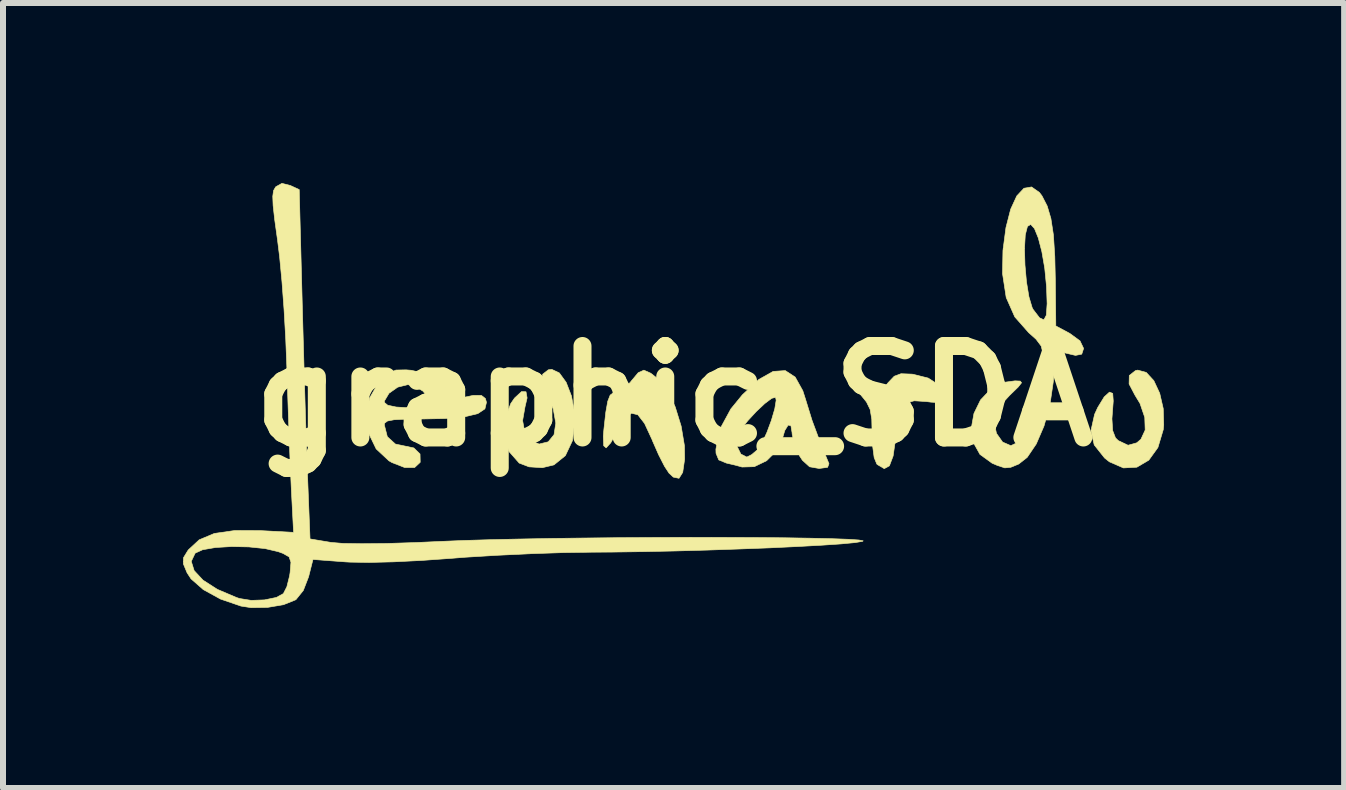
<source format=kicad_pcb>
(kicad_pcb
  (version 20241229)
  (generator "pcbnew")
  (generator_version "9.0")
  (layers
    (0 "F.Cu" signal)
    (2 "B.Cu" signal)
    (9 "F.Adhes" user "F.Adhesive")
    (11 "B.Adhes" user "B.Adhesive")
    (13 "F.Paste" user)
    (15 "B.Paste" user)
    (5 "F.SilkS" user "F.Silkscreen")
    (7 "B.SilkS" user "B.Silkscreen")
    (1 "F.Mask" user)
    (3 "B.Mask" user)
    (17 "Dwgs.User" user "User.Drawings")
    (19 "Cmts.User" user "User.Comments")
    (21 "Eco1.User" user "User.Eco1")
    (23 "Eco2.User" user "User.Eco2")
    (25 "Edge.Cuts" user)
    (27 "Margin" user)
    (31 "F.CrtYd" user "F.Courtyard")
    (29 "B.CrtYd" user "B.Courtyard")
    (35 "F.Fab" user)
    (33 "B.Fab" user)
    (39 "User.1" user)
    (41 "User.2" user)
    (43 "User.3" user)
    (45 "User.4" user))
  (footprint "graphic_SDA"
    (layer "F.Cu")
    (at 8.18 3.55)
    (property "Reference" "graphic_SDA" (at 0 0 0) (layer "F.SilkS") (effects (font (size 1.524 1.524) (thickness 0.3))))
    (attr through_hole)
    (fp_poly (pts (xy -1.91 -0.386) (xy -1.796 -0.229) (xy -1.708 -0.002) (xy -1.658 0.265) (xy -1.651 0.401) (xy -1.691 0.742) (xy -1.809 0.992) (xy -1.999 1.146) (xy -2.193 1.193) (xy -2.414 1.179) (xy -2.579 1.116) (xy -2.748 0.924) (xy -2.83 0.672) (xy -2.822 0.395) (xy -2.72 0.126) (xy -2.657 0.034) (xy -2.54 -0.075) (xy -2.465 -0.072) (xy -2.447 0.031) (xy -2.482 0.18) (xy -2.522 0.408) (xy -2.485 0.603) (xy -2.388 0.742) (xy -2.247 0.799) (xy -2.095 0.762) (xy -1.998 0.643) (xy -1.969 0.45) (xy -2.011 0.215) (xy -2.104 -0.002) (xy -2.192 -0.214) (xy -2.188 -0.364) (xy -2.093 -0.438) (xy -2.035 -0.445) (xy -1.91 -0.386)) (stroke (width 0.01) (type solid)) (fill yes) (layer "F.SilkS"))
    (fp_poly (pts (xy -0.386 -0.381) (xy -0.259 -0.28) (xy -0.11 -0.093) (xy 0.021 0.18) (xy 0.12 0.501) (xy 0.175 0.829) (xy 0.178 1.051) (xy 0.146 1.271) (xy 0.084 1.37) (xy -0.011 1.35) (xy -0.082 1.284) (xy -0.157 1.17) (xy -0.256 0.976) (xy -0.358 0.744) (xy -0.364 0.727) (xy -0.489 0.457) (xy -0.602 0.311) (xy -0.71 0.285) (xy -0.822 0.378) (xy -0.938 0.572) (xy -1.053 0.778) (xy -1.13 0.863) (xy -1.171 0.827) (xy -1.177 0.67) (xy -1.168 0.56) (xy -1.136 0.271) (xy -1.103 0.086) (xy -1.063 -0.016) (xy -1.007 -0.058) (xy -0.963 -0.064) (xy -0.853 -0.111) (xy -0.728 -0.229) (xy -0.709 -0.254) (xy -0.595 -0.39) (xy -0.501 -0.432) (xy -0.386 -0.381)) (stroke (width 0.01) (type solid)) (fill yes) (layer "F.SilkS"))
    (fp_poly (pts (xy 7.87 -0.394) (xy 7.996 -0.257) (xy 8.094 -0.047) (xy 8.153 0.209) (xy 8.161 0.482) (xy 8.153 0.56) (xy 8.064 0.857) (xy 7.912 1.068) (xy 7.713 1.185) (xy 7.489 1.197) (xy 7.257 1.096) (xy 7.176 1.032) (xy 7.003 0.814) (xy 6.948 0.577) (xy 7.009 0.304) (xy 7.061 0.191) (xy 7.169 0.014) (xy 7.257 -0.066) (xy 7.311 -0.045) (xy 7.32 0.082) (xy 7.298 0.378) (xy 7.31 0.574) (xy 7.357 0.696) (xy 7.404 0.742) (xy 7.567 0.819) (xy 7.711 0.779) (xy 7.781 0.719) (xy 7.852 0.566) (xy 7.845 0.355) (xy 7.766 0.123) (xy 7.681 -0.017) (xy 7.584 -0.202) (xy 7.587 -0.343) (xy 7.689 -0.424) (xy 7.728 -0.433) (xy 7.87 -0.394)) (stroke (width 0.01) (type solid)) (fill yes) (layer "F.SilkS"))
    (fp_poly (pts (xy 3.961 -0.366) (xy 3.982 -0.364) (xy 4.237 -0.3) (xy 4.419 -0.182) (xy 4.505 -0.028) (xy 4.508 0.012) (xy 4.494 0.082) (xy 4.43 0.109) (xy 4.284 0.101) (xy 4.204 0.091) (xy 4.003 0.078) (xy 3.867 0.117) (xy 3.78 0.225) (xy 3.727 0.423) (xy 3.693 0.712) (xy 3.652 0.998) (xy 3.59 1.162) (xy 3.504 1.209) (xy 3.391 1.142) (xy 3.38 1.132) (xy 3.336 1.024) (xy 3.309 0.821) (xy 3.302 0.625) (xy 3.296 0.383) (xy 3.269 0.223) (xy 3.208 0.098) (xy 3.111 -0.022) (xy 2.997 -0.16) (xy 2.929 -0.257) (xy 2.921 -0.278) (xy 2.966 -0.319) (xy 3.079 -0.294) (xy 3.225 -0.213) (xy 3.264 -0.184) (xy 3.433 -0.051) (xy 3.568 -0.223) (xy 3.671 -0.331) (xy 3.784 -0.373) (xy 3.961 -0.366)) (stroke (width 0.01) (type solid)) (fill yes) (layer "F.SilkS"))
    (fp_poly (pts (xy 2.02 -0.317) (xy 2.147 -0.089) (xy 2.19 0.045) (xy 2.301 0.405) (xy 2.453 0.813) (xy 2.583 1.127) (xy 2.56 1.187) (xy 2.42 1.206) (xy 2.419 1.206) (xy 2.26 1.178) (xy 2.141 1.07) (xy 2.095 1) (xy 2.009 0.813) (xy 1.969 0.631) (xy 1.969 0.615) (xy 1.949 0.494) (xy 1.903 0.483) (xy 1.847 0.573) (xy 1.81 0.698) (xy 1.713 0.909) (xy 1.544 1.077) (xy 1.339 1.176) (xy 1.134 1.182) (xy 1.111 1.175) (xy 1.006 1.147) (xy 0.873 1.116) (xy 0.746 1.063) (xy 0.701 0.953) (xy 0.699 0.886) (xy 0.708 0.836) (xy 1.051 0.836) (xy 1.115 0.966) (xy 1.214 1.016) (xy 1.296 0.975) (xy 1.394 0.891) (xy 1.468 0.781) (xy 1.549 0.605) (xy 1.624 0.403) (xy 1.68 0.212) (xy 1.703 0.07) (xy 1.693 0.021) (xy 1.629 0.037) (xy 1.512 0.125) (xy 1.369 0.26) (xy 1.228 0.413) (xy 1.113 0.559) (xy 1.053 0.67) (xy 1.051 0.675) (xy 1.051 0.836) (xy 0.708 0.836) (xy 0.761 0.558) (xy 0.948 0.214) (xy 1.14 -0.021) (xy 1.414 -0.277) (xy 1.652 -0.411) (xy 1.855 -0.425) (xy 2.02 -0.317)) (stroke (width 0.01) (type solid)) (fill yes) (layer "F.SilkS"))
    (fp_poly (pts (xy -4.377 -0.43) (xy -4.128 -0.373) (xy -3.919 -0.266) (xy -3.783 -0.129) (xy -3.747 -0.013) (xy -3.712 0.047) (xy -3.593 0.041) (xy -3.572 0.036) (xy -3.343 -0.012) (xy -3.208 -0.011) (xy -3.142 0.04) (xy -3.124 0.104) (xy -3.15 0.213) (xy -3.268 0.292) (xy -3.487 0.345) (xy -3.816 0.374) (xy -4.169 0.381) (xy -4.469 0.384) (xy -4.663 0.394) (xy -4.773 0.415) (xy -4.82 0.45) (xy -4.826 0.48) (xy -4.776 0.677) (xy -4.642 0.799) (xy -4.514 0.826) (xy -4.334 0.864) (xy -4.231 0.965) (xy -4.228 1.103) (xy -4.228 1.103) (xy -4.321 1.19) (xy -4.485 1.191) (xy -4.698 1.108) (xy -4.75 1.078) (xy -4.962 0.88) (xy -5.088 0.619) (xy -5.126 0.325) (xy -5.086 0.105) (xy -4.826 0.105) (xy -4.77 0.152) (xy -4.631 0.182) (xy -4.451 0.193) (xy -4.272 0.184) (xy -4.137 0.154) (xy -4.093 0.123) (xy -4.096 0.025) (xy -4.182 -0.082) (xy -4.315 -0.164) (xy -4.434 -0.191) (xy -4.603 -0.149) (xy -4.748 -0.047) (xy -4.823 0.079) (xy -4.826 0.105) (xy -5.086 0.105) (xy -5.072 0.033) (xy -4.924 -0.226) (xy -4.881 -0.272) (xy -4.753 -0.385) (xy -4.632 -0.434) (xy -4.464 -0.437) (xy -4.377 -0.43)) (stroke (width 0.01) (type solid)) (fill yes) (layer "F.SilkS"))
    (fp_poly (pts (xy 6.09 -3.393) (xy 6.133 -3.335) (xy 6.219 -3.168) (xy 6.281 -2.959) (xy 6.323 -2.684) (xy 6.346 -2.323) (xy 6.355 -1.934) (xy 6.363 -1.169) (xy 6.595 -1.045) (xy 6.766 -0.92) (xy 6.826 -0.794) (xy 6.795 -0.699) (xy 6.691 -0.678) (xy 6.5 -0.723) (xy 6.433 -0.737) (xy 6.389 -0.71) (xy 6.361 -0.62) (xy 6.339 -0.444) (xy 6.321 -0.24) (xy 6.265 0.141) (xy 6.167 0.496) (xy 6.037 0.798) (xy 5.886 1.021) (xy 5.745 1.132) (xy 5.611 1.187) (xy 5.512 1.196) (xy 5.387 1.155) (xy 5.301 1.118) (xy 5.099 0.972) (xy 4.986 0.769) (xy 4.955 0.532) (xy 4.999 0.289) (xy 5.109 0.064) (xy 5.281 -0.118) (xy 5.505 -0.23) (xy 5.683 -0.254) (xy 5.771 -0.25) (xy 5.792 -0.222) (xy 5.735 -0.15) (xy 5.594 -0.013) (xy 5.591 -0.01) (xy 5.423 0.174) (xy 5.346 0.331) (xy 5.334 0.43) (xy 5.374 0.621) (xy 5.476 0.766) (xy 5.611 0.825) (xy 5.614 0.826) (xy 5.739 0.767) (xy 5.865 0.608) (xy 5.98 0.374) (xy 6.075 0.093) (xy 6.139 -0.209) (xy 6.16 -0.484) (xy 6.153 -0.697) (xy 6.119 -0.834) (xy 6.034 -0.947) (xy 5.91 -1.058) (xy 5.679 -1.32) (xy 5.536 -1.643) (xy 5.475 -2.041) (xy 5.482 -2.426) (xy 5.486 -2.457) (xy 5.841 -2.457) (xy 5.849 -2.183) (xy 5.874 -1.903) (xy 5.915 -1.654) (xy 5.968 -1.476) (xy 5.986 -1.442) (xy 6.092 -1.304) (xy 6.164 -1.271) (xy 6.205 -1.348) (xy 6.218 -1.54) (xy 6.208 -1.826) (xy 6.178 -2.132) (xy 6.13 -2.408) (xy 6.071 -2.635) (xy 6.007 -2.792) (xy 5.944 -2.861) (xy 5.89 -2.827) (xy 5.854 -2.685) (xy 5.841 -2.457) (xy 5.486 -2.457) (xy 5.532 -2.808) (xy 5.611 -3.115) (xy 5.713 -3.336) (xy 5.832 -3.463) (xy 5.959 -3.485) (xy 6.09 -3.393)) (stroke (width 0.01) (type solid)) (fill yes) (layer "F.SilkS"))
    (fp_poly (pts (xy -6.396 -3.51) (xy -6.394 -3.51) (xy -6.244 -3.441) (xy -6.194 -1.546) (xy -6.179 -1.003) (xy -6.163 -0.444) (xy -6.147 0.102) (xy -6.131 0.607) (xy -6.116 1.041) (xy -6.104 1.365) (xy -6.064 2.38) (xy -5.715 2.438) (xy -5.516 2.455) (xy -5.204 2.46) (xy -4.792 2.456) (xy -4.293 2.44) (xy -3.873 2.421) (xy -3.507 2.406) (xy -3.072 2.393) (xy -2.581 2.382) (xy -2.047 2.372) (xy -1.482 2.365) (xy -0.899 2.359) (xy -0.31 2.356) (xy 0.271 2.354) (xy 0.832 2.355) (xy 1.362 2.357) (xy 1.846 2.361) (xy 2.273 2.368) (xy 2.629 2.376) (xy 2.903 2.386) (xy 3.082 2.398) (xy 3.153 2.412) (xy 3.143 2.42) (xy 3.02 2.441) (xy 2.786 2.463) (xy 2.459 2.485) (xy 2.055 2.507) (xy 1.592 2.529) (xy 1.087 2.548) (xy 0.556 2.566) (xy 0.015 2.581) (xy -0.517 2.592) (xy -1.024 2.599) (xy -1.366 2.601) (xy -1.838 2.608) (xy -2.384 2.626) (xy -2.947 2.653) (xy -3.476 2.685) (xy -3.715 2.704) (xy -4.209 2.739) (xy -4.673 2.762) (xy -5.078 2.772) (xy -5.395 2.767) (xy -5.468 2.763) (xy -6.015 2.722) (xy -6.088 3.011) (xy -6.176 3.239) (xy -6.296 3.388) (xy -6.307 3.396) (xy -6.506 3.476) (xy -6.772 3.521) (xy -7.047 3.525) (xy -7.215 3.499) (xy -7.556 3.382) (xy -7.843 3.224) (xy -8.047 3.045) (xy -8.113 2.944) (xy -8.175 2.795) (xy -8.174 2.754) (xy -8.043 2.754) (xy -7.995 2.908) (xy -7.847 3.067) (xy -7.609 3.22) (xy -7.292 3.355) (xy -7.239 3.373) (xy -7.045 3.404) (xy -6.823 3.396) (xy -6.625 3.355) (xy -6.508 3.291) (xy -6.45 3.177) (xy -6.405 2.997) (xy -6.396 2.94) (xy -6.382 2.769) (xy -6.413 2.679) (xy -6.515 2.621) (xy -6.595 2.592) (xy -6.813 2.541) (xy -7.083 2.513) (xy -7.37 2.507) (xy -7.639 2.523) (xy -7.853 2.56) (xy -7.978 2.617) (xy -7.978 2.617) (xy -8.043 2.754) (xy -8.174 2.754) (xy -8.173 2.694) (xy -8.103 2.579) (xy -8.09 2.561) (xy -7.911 2.395) (xy -7.659 2.289) (xy -7.319 2.24) (xy -6.9 2.241) (xy -6.338 2.271) (xy -6.375 1.564) (xy -6.388 1.273) (xy -6.404 0.889) (xy -6.42 0.447) (xy -6.436 -0.019) (xy -6.45 -0.475) (xy -6.45 -0.476) (xy -6.469 -0.952) (xy -6.497 -1.442) (xy -6.532 -1.911) (xy -6.571 -2.321) (xy -6.606 -2.603) (xy -6.653 -2.941) (xy -6.679 -3.175) (xy -6.685 -3.329) (xy -6.672 -3.424) (xy -6.639 -3.482) (xy -6.634 -3.488) (xy -6.532 -3.545) (xy -6.396 -3.51)) (stroke (width 0.01) (type solid)) (fill yes) (layer "F.SilkS")))
  (gr_rect
    (start -3 -3)
    (end 19.347 10.08)
    (stroke (width 0.1) (type default))
    (fill no)
    (layer "Edge.Cuts")))
</source>
